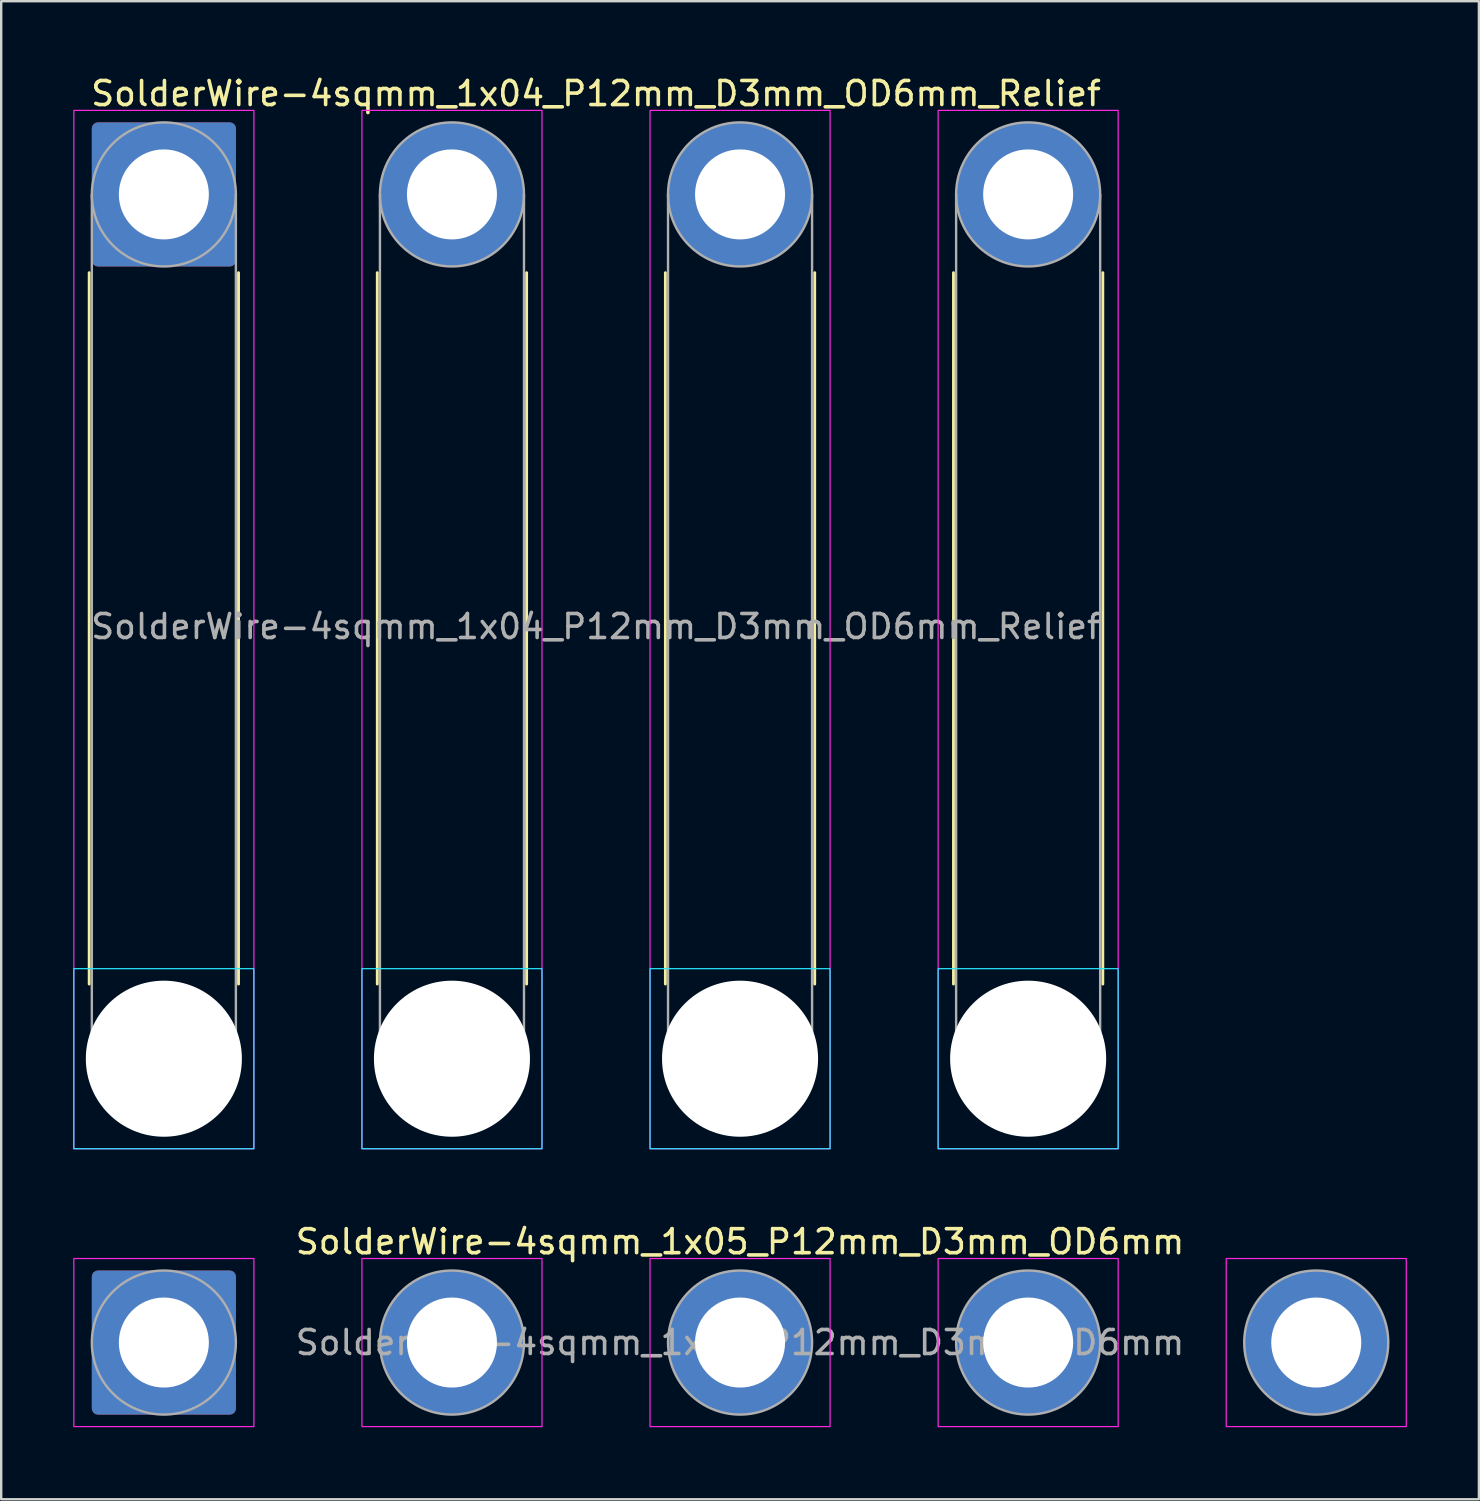
<source format=kicad_pcb>
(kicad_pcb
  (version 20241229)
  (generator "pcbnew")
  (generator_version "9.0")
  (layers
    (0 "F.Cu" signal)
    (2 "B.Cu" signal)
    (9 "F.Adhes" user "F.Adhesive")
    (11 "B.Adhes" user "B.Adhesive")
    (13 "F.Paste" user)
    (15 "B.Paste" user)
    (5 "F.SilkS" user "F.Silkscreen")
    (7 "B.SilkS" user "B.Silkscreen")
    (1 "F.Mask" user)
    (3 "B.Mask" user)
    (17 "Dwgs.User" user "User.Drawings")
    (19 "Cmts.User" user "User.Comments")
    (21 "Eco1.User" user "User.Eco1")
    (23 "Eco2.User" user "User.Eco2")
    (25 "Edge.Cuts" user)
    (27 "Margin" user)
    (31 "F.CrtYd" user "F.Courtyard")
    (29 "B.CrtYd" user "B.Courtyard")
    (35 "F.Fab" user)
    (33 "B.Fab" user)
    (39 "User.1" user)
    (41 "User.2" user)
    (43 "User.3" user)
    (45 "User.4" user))
  (footprint "SolderWire-4sqmm_1x05_P12mm_D3mm_OD6mm"
    (layer "F.Cu")
    (at 3.775 52.871)
    (property "Reference" "SolderWire-4sqmm_1x05_P12mm_D3mm_OD6mm" (at 24 -4.2 0) (layer "F.SilkS") (effects (font (size 1 1) (thickness 0.15))))
    (attr exclude_from_pos_files exclude_from_bom)
    (fp_rect (start -3.75 -3.5) (end 3.75 3.5) (stroke (width 0.05) (type solid)) (fill no) (layer "F.CrtYd"))
    (fp_rect (start 8.25 -3.5) (end 15.75 3.5) (stroke (width 0.05) (type solid)) (fill no) (layer "F.CrtYd"))
    (fp_rect (start 20.25 -3.5) (end 27.75 3.5) (stroke (width 0.05) (type solid)) (fill no) (layer "F.CrtYd"))
    (fp_rect (start 32.25 -3.5) (end 39.75 3.5) (stroke (width 0.05) (type solid)) (fill no) (layer "F.CrtYd"))
    (fp_rect (start 44.25 -3.5) (end 51.75 3.5) (stroke (width 0.05) (type solid)) (fill no) (layer "F.CrtYd"))
    (fp_circle (center 0 0) (end 3 0) (stroke (width 0.1) (type solid)) (fill no) (layer "F.Fab"))
    (fp_circle (center 12 0) (end 15 0) (stroke (width 0.1) (type solid)) (fill no) (layer "F.Fab"))
    (fp_circle (center 24 0) (end 27 0) (stroke (width 0.1) (type solid)) (fill no) (layer "F.Fab"))
    (fp_circle (center 36 0) (end 39 0) (stroke (width 0.1) (type solid)) (fill no) (layer "F.Fab"))
    (fp_circle (center 48 0) (end 51 0) (stroke (width 0.1) (type solid)) (fill no) (layer "F.Fab"))
    (fp_text user "${REFERENCE}" (at 24 0 0) (layer "F.Fab") (effects (font (size 1 1) (thickness 0.15))))
    (pad "1" thru_hole roundrect (at 0 0) (size 6 6) (drill 3.75) (layers "*.Cu" "*.Mask") (roundrect_rratio 0.042))
    (pad "2" thru_hole circle (at 12 0) (size 6 6) (drill 3.75) (layers "*.Cu" "*.Mask"))
    (pad "3" thru_hole circle (at 24 0) (size 6 6) (drill 3.75) (layers "*.Cu" "*.Mask"))
    (pad "4" thru_hole circle (at 36 0) (size 6 6) (drill 3.75) (layers "*.Cu" "*.Mask"))
    (pad "5" thru_hole circle (at 48 0) (size 6 6) (drill 3.75) (layers "*.Cu" "*.Mask")))
  (footprint "SolderWire-4sqmm_1x04_P12mm_D3mm_OD6mm_Relief"
    (layer "F.Cu")
    (at 3.775 5.048)
    (property "Reference" "SolderWire-4sqmm_1x04_P12mm_D3mm_OD6mm_Relief" (at 18 -4.2 0) (layer "F.SilkS") (effects (font (size 1 1) (thickness 0.15))))
    (attr exclude_from_pos_files exclude_from_bom)
    (fp_line (start -3.11 3.26) (end -3.11 32.89) (stroke (width 0.12) (type solid)) (layer "F.SilkS"))
    (fp_line (start 3.11 3.26) (end 3.11 32.89) (stroke (width 0.12) (type solid)) (layer "F.SilkS"))
    (fp_line (start 8.89 3.26) (end 8.89 32.89) (stroke (width 0.12) (type solid)) (layer "F.SilkS"))
    (fp_line (start 15.11 3.26) (end 15.11 32.89) (stroke (width 0.12) (type solid)) (layer "F.SilkS"))
    (fp_line (start 20.89 3.26) (end 20.89 32.89) (stroke (width 0.12) (type solid)) (layer "F.SilkS"))
    (fp_line (start 27.11 3.26) (end 27.11 32.89) (stroke (width 0.12) (type solid)) (layer "F.SilkS"))
    (fp_line (start 32.89 3.26) (end 32.89 32.89) (stroke (width 0.12) (type solid)) (layer "F.SilkS"))
    (fp_line (start 39.11 3.26) (end 39.11 32.89) (stroke (width 0.12) (type solid)) (layer "F.SilkS"))
    (fp_rect (start -3.75 32.25) (end 3.75 39.75) (stroke (width 0.05) (type solid)) (fill no) (layer "B.CrtYd"))
    (fp_rect (start 8.25 32.25) (end 15.75 39.75) (stroke (width 0.05) (type solid)) (fill no) (layer "B.CrtYd"))
    (fp_rect (start 20.25 32.25) (end 27.75 39.75) (stroke (width 0.05) (type solid)) (fill no) (layer "B.CrtYd"))
    (fp_rect (start 32.25 32.25) (end 39.75 39.75) (stroke (width 0.05) (type solid)) (fill no) (layer "B.CrtYd"))
    (fp_rect (start -3.75 -3.5) (end 3.75 39.75) (stroke (width 0.05) (type solid)) (fill no) (layer "F.CrtYd"))
    (fp_rect (start 8.25 -3.5) (end 15.75 39.75) (stroke (width 0.05) (type solid)) (fill no) (layer "F.CrtYd"))
    (fp_rect (start 20.25 -3.5) (end 27.75 39.75) (stroke (width 0.05) (type solid)) (fill no) (layer "F.CrtYd"))
    (fp_rect (start 32.25 -3.5) (end 39.75 39.75) (stroke (width 0.05) (type solid)) (fill no) (layer "F.CrtYd"))
    (fp_line (start -3 0) (end -3 36) (stroke (width 0.1) (type solid)) (layer "F.Fab"))
    (fp_line (start 3 0) (end 3 36) (stroke (width 0.1) (type solid)) (layer "F.Fab"))
    (fp_line (start 9 0) (end 9 36) (stroke (width 0.1) (type solid)) (layer "F.Fab"))
    (fp_line (start 15 0) (end 15 36) (stroke (width 0.1) (type solid)) (layer "F.Fab"))
    (fp_line (start 21 0) (end 21 36) (stroke (width 0.1) (type solid)) (layer "F.Fab"))
    (fp_line (start 27 0) (end 27 36) (stroke (width 0.1) (type solid)) (layer "F.Fab"))
    (fp_line (start 33 0) (end 33 36) (stroke (width 0.1) (type solid)) (layer "F.Fab"))
    (fp_line (start 39 0) (end 39 36) (stroke (width 0.1) (type solid)) (layer "F.Fab"))
    (fp_circle (center 0 0) (end 3 0) (stroke (width 0.1) (type solid)) (fill no) (layer "F.Fab"))
    (fp_circle (center 0 36) (end 3 36) (stroke (width 0.1) (type solid)) (fill no) (layer "F.Fab"))
    (fp_circle (center 12 0) (end 15 0) (stroke (width 0.1) (type solid)) (fill no) (layer "F.Fab"))
    (fp_circle (center 12 36) (end 15 36) (stroke (width 0.1) (type solid)) (fill no) (layer "F.Fab"))
    (fp_circle (center 24 0) (end 27 0) (stroke (width 0.1) (type solid)) (fill no) (layer "F.Fab"))
    (fp_circle (center 24 36) (end 27 36) (stroke (width 0.1) (type solid)) (fill no) (layer "F.Fab"))
    (fp_circle (center 36 0) (end 39 0) (stroke (width 0.1) (type solid)) (fill no) (layer "F.Fab"))
    (fp_circle (center 36 36) (end 39 36) (stroke (width 0.1) (type solid)) (fill no) (layer "F.Fab"))
    (fp_text user "${REFERENCE}" (at 18 18 0) (layer "F.Fab") (effects (font (size 1 1) (thickness 0.15))))
    (pad "" np_thru_hole circle (at 0 36) (size 6.5 6.5) (drill 6.5) (layers "*.Cu" "*.Mask"))
    (pad "" np_thru_hole circle (at 12 36) (size 6.5 6.5) (drill 6.5) (layers "*.Cu" "*.Mask"))
    (pad "" np_thru_hole circle (at 24 36) (size 6.5 6.5) (drill 6.5) (layers "*.Cu" "*.Mask"))
    (pad "" np_thru_hole circle (at 36 36) (size 6.5 6.5) (drill 6.5) (layers "*.Cu" "*.Mask"))
    (pad "1" thru_hole roundrect (at 0 0) (size 6 6) (drill 3.75) (layers "*.Cu" "*.Mask") (roundrect_rratio 0.042))
    (pad "2" thru_hole circle (at 12 0) (size 6 6) (drill 3.75) (layers "*.Cu" "*.Mask"))
    (pad "3" thru_hole circle (at 24 0) (size 6 6) (drill 3.75) (layers "*.Cu" "*.Mask"))
    (pad "4" thru_hole circle (at 36 0) (size 6 6) (drill 3.75) (layers "*.Cu" "*.Mask")))
  (gr_rect
    (start -3 -3)
    (end 58.55 59.397)
    (stroke (width 0.1) (type default))
    (fill no)
    (layer "Edge.Cuts")))
</source>
